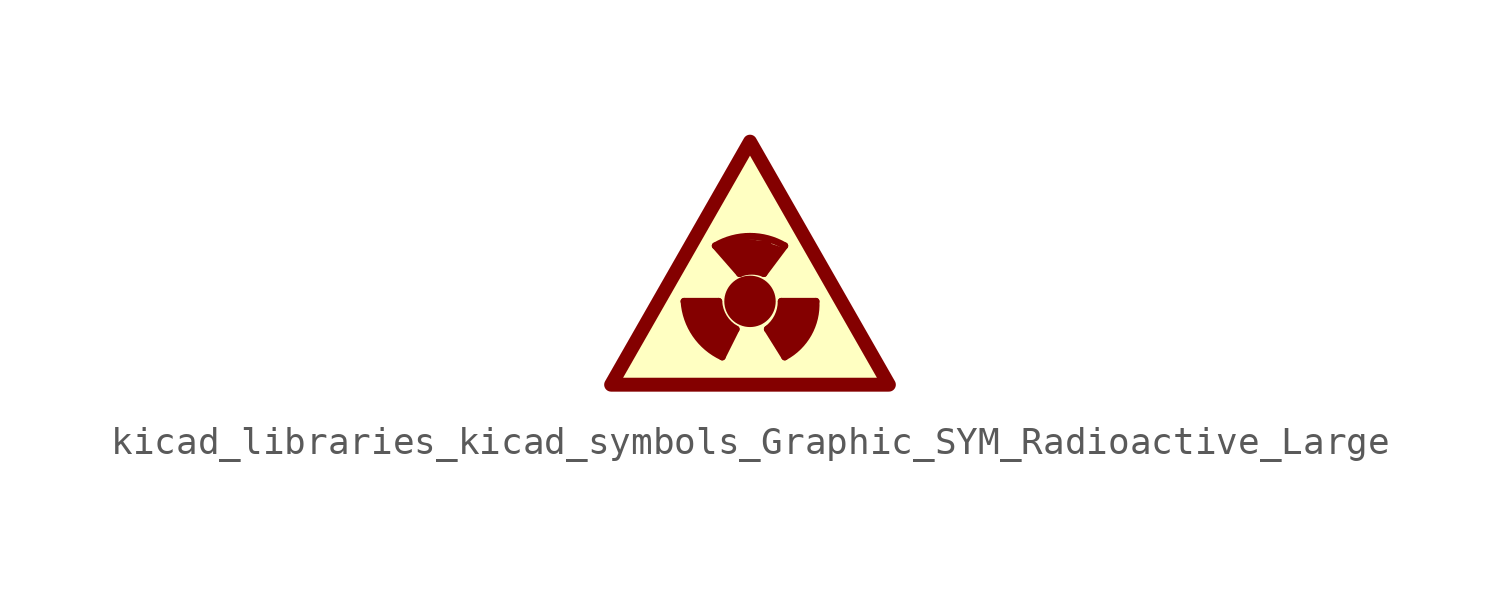
<source format=kicad_sym>
(kicad_symbol_lib
  (version 20220914)
  (generator kicad_symbol_editor)
  (symbol "kicad_libraries_kicad_symbols_Graphic_SYM_Radioactive_Large"
    (property "Reference" "#SYM"
      (at 2.413 7.112 0)
      (effects (font (size 1.27 1.27)) hide))
    (symbol "kicad_libraries_kicad_symbols_Graphic_SYM_Radioactive_Large_0_0"
      (polyline (pts (xy 0 0) (xy 1.27 0)) (stroke (width 0.254) (type default)) (fill (type none)))
      (polyline (pts (xy 1.143 2.032) (xy 2.032 1.016)) (stroke (width 0.254) (type default)) (fill (type none)))
      (polyline (pts (xy 1.397 -2.032) (xy 1.905 -1.016)) (stroke (width 0.254) (type default)) (fill (type none)))
      (polyline (pts (xy 2.921 1.016) (xy 3.683 2.032)) (stroke (width 0.254) (type default)) (fill (type none)))
      (polyline (pts (xy 3.048 -1.016) (xy 3.683 -2.032)) (stroke (width 0.254) (type default)) (fill (type none)))
      (polyline (pts (xy 3.556 0) (xy 4.826 0)) (stroke (width 0.254) (type default)) (fill (type none)))
      (polyline (pts (xy 3.048 -1.016) (xy 3.683 -2.032) (xy 4.191 -1.651) (xy 4.572 -1.016) (xy 4.699 -0.381) (xy 4.826 0) (xy 3.556 0) (xy 3.556 -0.381) (xy 3.302 -0.762) (xy 3.048 -1.016)) (stroke (width 0) (type default)) (fill (type outline)))
      (polyline (pts (xy 0 0) (xy 1.27 0) (xy 1.27 -0.254) (xy 1.397 -0.508) (xy 1.651 -0.889) (xy 1.905 -1.016) (xy 1.397 -2.032) (xy 1.016 -1.778) (xy 0.635 -1.397) (xy 0.254 -0.889) (xy 0 0)) (stroke (width 0) (type default)) (fill (type outline)))
      (polyline (pts (xy 2.032 1.016) (xy 1.397 1.905) (xy 1.143 2.032) (xy 1.778 2.286) (xy 2.667 2.159) (xy 3.048 2.159) (xy 3.175 2.032) (xy 3.556 1.905) (xy 2.921 1.016) (xy 2.54 1.143) (xy 2.286 1.143) (xy 2.032 1.016)) (stroke (width 0) (type default)) (fill (type outline)))
      (arc (start 0 0) (mid 0.419 -1.2071) (end 1.397 -2.032) (stroke (width 0.254) (type default)) (fill (type none)))
      (arc (start 1.27 0) (mid 1.4524 -0.587) (end 1.905 -1.016) (stroke (width 0.254) (type default)) (fill (type none)))
      (circle (center 2.413 0) (radius 0.813) (stroke (width 0.254) (type default)) (fill (type outline)))
      (arc (start 2.921 1.016) (mid 2.4757 1.104) (end 2.032 1.016) (stroke (width 0.254) (type default)) (fill (type none)))
      (arc (start 3.048 -1.016) (mid 3.4219 -0.568) (end 3.556 0) (stroke (width 0.254) (type default)) (fill (type none)))
      (arc (start 3.683 -2.032) (mid 4.5507 -1.1815) (end 4.826 0) (stroke (width 0.254) (type default)) (fill (type none)))
      (arc (start 3.683 2.032) (mid 2.413 2.3778) (end 1.143 2.032) (stroke (width 0.254) (type default)) (fill (type none))))
    (symbol "kicad_libraries_kicad_symbols_Graphic_SYM_Radioactive_Large_0_1"
      (polyline (pts (xy -2.667 -3.048) (xy 7.493 -3.048) (xy 2.413 5.842) (xy -2.667 -3.048)) (stroke (width 0.508) (type default)) (fill (type background))))))
</source>
